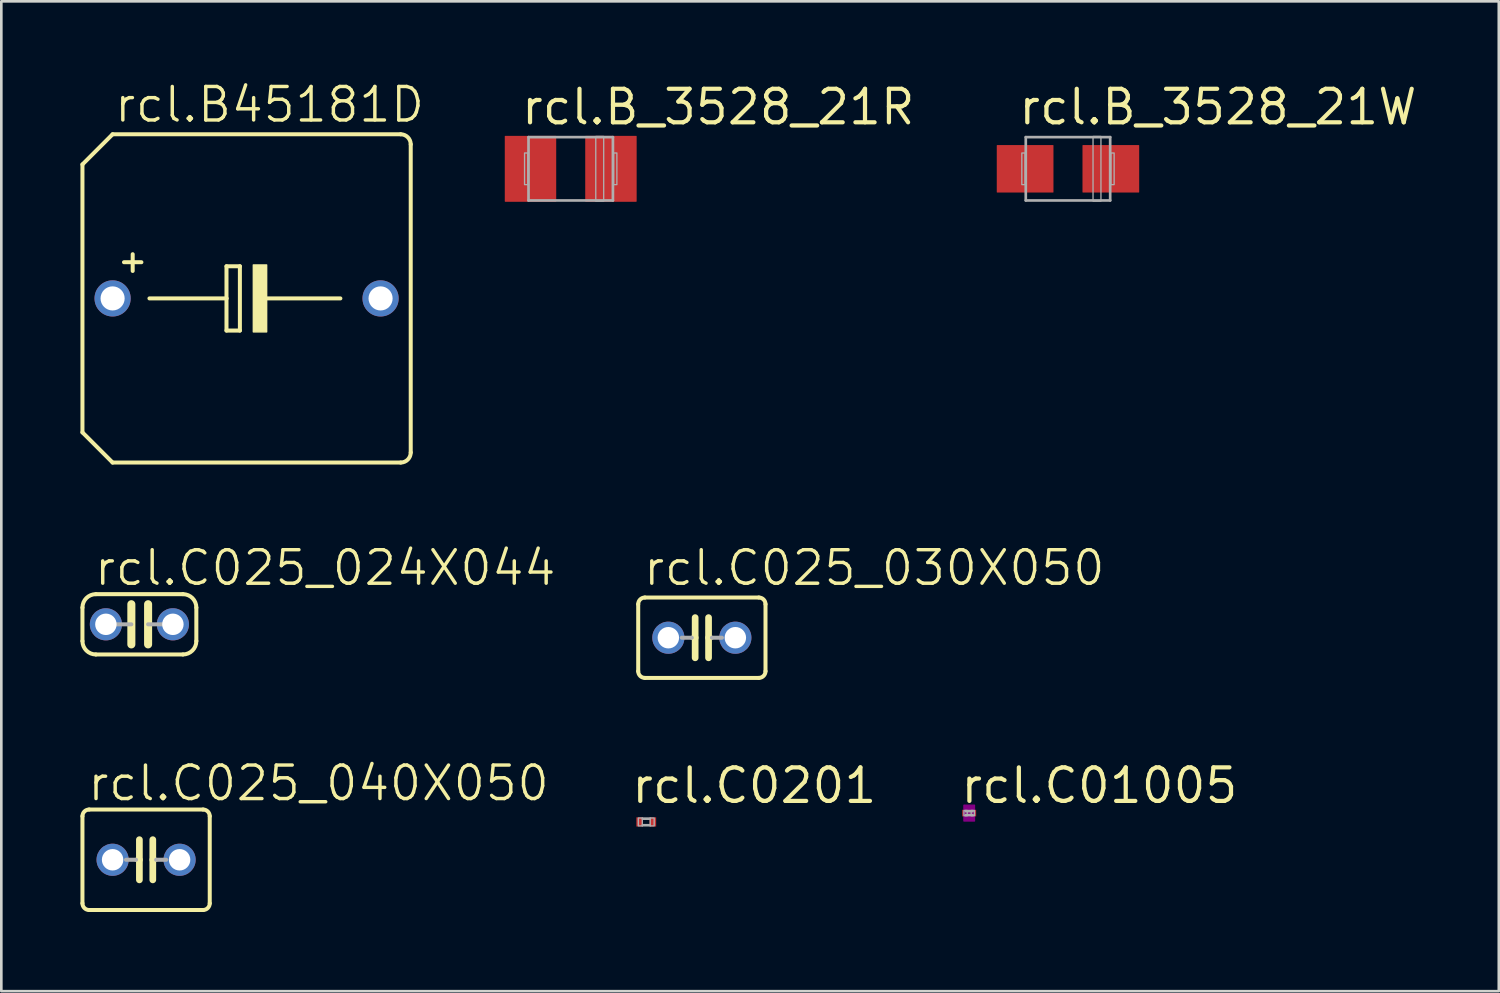
<source format=kicad_pcb>
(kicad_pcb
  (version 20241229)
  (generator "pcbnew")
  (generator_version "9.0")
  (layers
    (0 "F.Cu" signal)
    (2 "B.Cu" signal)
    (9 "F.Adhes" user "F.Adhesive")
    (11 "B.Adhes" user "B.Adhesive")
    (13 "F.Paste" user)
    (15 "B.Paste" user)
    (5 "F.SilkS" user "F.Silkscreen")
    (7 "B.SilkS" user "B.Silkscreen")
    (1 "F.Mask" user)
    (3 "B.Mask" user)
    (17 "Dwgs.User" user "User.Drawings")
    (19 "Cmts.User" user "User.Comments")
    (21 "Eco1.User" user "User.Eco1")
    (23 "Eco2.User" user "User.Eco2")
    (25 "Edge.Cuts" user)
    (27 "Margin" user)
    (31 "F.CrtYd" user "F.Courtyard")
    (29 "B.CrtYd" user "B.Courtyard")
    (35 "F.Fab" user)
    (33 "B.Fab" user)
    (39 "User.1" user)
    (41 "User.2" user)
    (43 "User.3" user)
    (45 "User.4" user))
  (footprint "rcl.C01005"
    (layer "F.Cu")
    (at 33.696 27.778)
    (property "Reference" "rcl.C01005" (at -0.4 -0.3 0) (layer "F.SilkS") (effects (font (size 1.27 1.27) (thickness 0.16)) (justify left bottom)))
    (attr smd)
    (fp_rect (start -0.2 0.3) (end 0.2 -0.3) (stroke (width 0.05) (type default)) (fill yes) (layer "F.Adhes"))
    (fp_rect (start -0.2 0.1) (end -0.075 -0.1) (stroke (width 0.05) (type default)) (fill no) (layer "F.Fab"))
    (fp_rect (start -0.15 -0.05) (end 0.15 -0.1) (stroke (width 0.05) (type default)) (fill no) (layer "F.Fab"))
    (fp_rect (start -0.15 0.1) (end 0.15 0.05) (stroke (width 0.05) (type default)) (fill no) (layer "F.Fab"))
    (fp_rect (start 0.075 0.1) (end 0.2 -0.1) (stroke (width 0.05) (type default)) (fill no) (layer "F.Fab"))
    (pad "1" smd roundrect (at -0.163 0) (size 0.2 0.25) (layers "F.Cu" "F.Mask" "F.Paste") (roundrect_rratio 0.01))
    (pad "2" smd roundrect (at 0.163 0) (size 0.2 0.25) (layers "F.Cu" "F.Mask" "F.Paste") (roundrect_rratio 0.01)))
  (footprint "rcl.B45181D"
    (layer "F.Cu")
    (at 6.299 8.264)
    (property "Reference" "rcl.B45181D" (at -5.08 -6.604 0) (layer "F.SilkS") (effects (font (size 1.27 1.27) (thickness 0.13)) (justify left bottom)))
    (attr through_hole)
    (fp_line (start -6.223 -5.08) (end -6.223 5.08) (stroke (width 0.152) (type default)) (layer "F.SilkS"))
    (fp_line (start -6.223 -5.08) (end -5.08 -6.223) (stroke (width 0.152) (type default)) (layer "F.SilkS"))
    (fp_line (start -5.08 6.223) (end -6.223 5.08) (stroke (width 0.152) (type default)) (layer "F.SilkS"))
    (fp_line (start -5.08 6.223) (end 5.842 6.223) (stroke (width 0.152) (type default)) (layer "F.SilkS"))
    (fp_line (start -4.318 -1.676) (end -4.318 -1.041) (stroke (width 0.152) (type default)) (layer "F.SilkS"))
    (fp_line (start -3.988 -1.372) (end -4.648 -1.372) (stroke (width 0.152) (type default)) (layer "F.SilkS"))
    (fp_line (start -3.683 0) (end -0.762 0) (stroke (width 0.152) (type default)) (layer "F.SilkS"))
    (fp_line (start -0.762 -1.219) (end -0.762 0) (stroke (width 0.152) (type default)) (layer "F.SilkS"))
    (fp_line (start -0.762 0) (end -0.762 1.219) (stroke (width 0.152) (type default)) (layer "F.SilkS"))
    (fp_line (start -0.762 1.219) (end -0.254 1.219) (stroke (width 0.152) (type default)) (layer "F.SilkS"))
    (fp_line (start -0.254 -1.219) (end -0.762 -1.219) (stroke (width 0.152) (type default)) (layer "F.SilkS"))
    (fp_line (start -0.254 1.219) (end -0.254 -1.219) (stroke (width 0.152) (type default)) (layer "F.SilkS"))
    (fp_line (start 0.635 0) (end 3.556 0) (stroke (width 0.152) (type default)) (layer "F.SilkS"))
    (fp_line (start 5.842 -6.223) (end -5.08 -6.223) (stroke (width 0.152) (type default)) (layer "F.SilkS"))
    (fp_line (start 6.223 -5.842) (end 6.223 5.842) (stroke (width 0.152) (type default)) (layer "F.SilkS"))
    (fp_rect (start 0.254 1.27) (end 0.762 -1.27) (stroke (width 0.05) (type default)) (fill yes) (layer "F.SilkS"))
    (fp_arc (start 5.842 -6.223) (mid 6.111408 -6.111408) (end 6.223 -5.842) (stroke (width 0.1524) (type default)) (layer "F.SilkS"))
    (fp_arc (start 6.223 5.842) (mid 6.111408 6.111408) (end 5.842 6.223) (stroke (width 0.1524) (type default)) (layer "F.SilkS"))
    (pad "+" thru_hole circle (at -5.08 0) (size 1.372 1.372) (drill 0.914) (layers "*.Cu" "*.Mask"))
    (pad "-" thru_hole circle (at 5.08 0) (size 1.372 1.372) (drill 0.914) (layers "*.Cu" "*.Mask")))
  (footprint "rcl.C025_040X050"
    (layer "F.Cu")
    (at 2.489 29.547)
    (property "Reference" "rcl.C025_040X050" (at -2.286 -2.159 0) (layer "F.SilkS") (effects (font (size 1.27 1.27) (thickness 0.13)) (justify left bottom)))
    (attr through_hole)
    (fp_line (start -2.413 -1.651) (end -2.413 1.651) (stroke (width 0.152) (type default)) (layer "F.SilkS"))
    (fp_line (start -2.159 -1.905) (end 2.159 -1.905) (stroke (width 0.152) (type default)) (layer "F.SilkS"))
    (fp_line (start -0.254 -0.762) (end -0.254 0) (stroke (width 0.254) (type default)) (layer "F.SilkS"))
    (fp_line (start -0.254 0) (end -0.381 0) (stroke (width 0.152) (type default)) (layer "F.SilkS"))
    (fp_line (start -0.254 0) (end -0.254 0.762) (stroke (width 0.254) (type default)) (layer "F.SilkS"))
    (fp_line (start 0.254 0) (end 0.254 -0.762) (stroke (width 0.254) (type default)) (layer "F.SilkS"))
    (fp_line (start 0.254 0) (end 0.254 0.762) (stroke (width 0.254) (type default)) (layer "F.SilkS"))
    (fp_line (start 0.381 0) (end 0.254 0) (stroke (width 0.152) (type default)) (layer "F.SilkS"))
    (fp_line (start 2.159 1.905) (end -2.159 1.905) (stroke (width 0.152) (type default)) (layer "F.SilkS"))
    (fp_line (start 2.413 -1.651) (end 2.413 1.651) (stroke (width 0.152) (type default)) (layer "F.SilkS"))
    (fp_arc (start -2.413 -1.651) (mid -2.338605 -1.830605) (end -2.159 -1.905) (stroke (width 0.1524) (type default)) (layer "F.SilkS"))
    (fp_arc (start -2.159 1.905) (mid -2.338605 1.830605) (end -2.413 1.651) (stroke (width 0.1524) (type default)) (layer "F.SilkS"))
    (fp_arc (start 2.159 -1.905) (mid 2.338605 -1.830605) (end 2.413 -1.651) (stroke (width 0.1524) (type default)) (layer "F.SilkS"))
    (fp_arc (start 2.413 1.651) (mid 2.338605 1.830605) (end 2.159 1.905) (stroke (width 0.1524) (type default)) (layer "F.SilkS"))
    (fp_line (start -0.381 0) (end -0.762 0) (stroke (width 0.152) (type default)) (layer "F.Fab"))
    (fp_line (start 0.762 0) (end 0.381 0) (stroke (width 0.152) (type default)) (layer "F.Fab"))
    (pad "1" thru_hole circle (at -1.27 0) (size 1.219 1.219) (drill 0.813) (layers "*.Cu" "*.Mask"))
    (pad "2" thru_hole circle (at 1.27 0) (size 1.219 1.219) (drill 0.813) (layers "*.Cu" "*.Mask")))
  (footprint "rcl.C025_024X044"
    (layer "F.Cu")
    (at 2.235 20.62)
    (property "Reference" "rcl.C025_024X044" (at -1.778 -1.397 0) (layer "F.SilkS") (effects (font (size 1.27 1.27) (thickness 0.13)) (justify left bottom)))
    (attr through_hole)
    (fp_line (start -2.159 0.635) (end -2.159 -0.635) (stroke (width 0.152) (type default)) (layer "F.SilkS"))
    (fp_line (start -0.305 -0.762) (end -0.305 0.762) (stroke (width 0.305) (type default)) (layer "F.SilkS"))
    (fp_line (start 0.33 -0.762) (end 0.33 0.762) (stroke (width 0.305) (type default)) (layer "F.SilkS"))
    (fp_line (start 1.651 -1.143) (end -1.651 -1.143) (stroke (width 0.152) (type default)) (layer "F.SilkS"))
    (fp_line (start 1.651 1.143) (end -1.651 1.143) (stroke (width 0.152) (type default)) (layer "F.SilkS"))
    (fp_line (start 2.159 0.635) (end 2.159 -0.635) (stroke (width 0.152) (type default)) (layer "F.SilkS"))
    (fp_arc (start -2.159 -0.635) (mid -2.01021 -0.99421) (end -1.651 -1.143) (stroke (width 0.1524) (type default)) (layer "F.SilkS"))
    (fp_arc (start -1.651 1.143) (mid -2.01021 0.99421) (end -2.159 0.635) (stroke (width 0.1524) (type default)) (layer "F.SilkS"))
    (fp_arc (start 1.651 -1.143) (mid 2.01021 -0.99421) (end 2.159 -0.635) (stroke (width 0.1524) (type default)) (layer "F.SilkS"))
    (fp_arc (start 2.159 0.635) (mid 2.01021 0.99421) (end 1.651 1.143) (stroke (width 0.1524) (type default)) (layer "F.SilkS"))
    (fp_line (start -1.27 0) (end -0.305 0) (stroke (width 0.152) (type default)) (layer "F.Fab"))
    (fp_line (start 1.27 0) (end 0.33 0) (stroke (width 0.152) (type default)) (layer "F.Fab"))
    (pad "1" thru_hole circle (at -1.27 0) (size 1.219 1.219) (drill 0.813) (layers "*.Cu" "*.Mask"))
    (pad "2" thru_hole circle (at 1.27 0) (size 1.219 1.219) (drill 0.813) (layers "*.Cu" "*.Mask")))
  (footprint "rcl.B_3528_21R"
    (layer "F.Cu")
    (at 18.588 3.35)
    (property "Reference" "rcl.B_3528_21R" (at -1.95 -1.6 0) (layer "F.SilkS") (effects (font (size 1.27 1.27) (thickness 0.16)) (justify left bottom)))
    (attr smd)
    (fp_line (start -1.6 -1.2) (end 1.6 -1.2) (stroke (width 0.102) (type default)) (layer "F.Fab"))
    (fp_line (start -1.6 1.2) (end -1.6 -1.2) (stroke (width 0.102) (type default)) (layer "F.Fab"))
    (fp_line (start 1.6 -1.2) (end 1.6 1.2) (stroke (width 0.102) (type default)) (layer "F.Fab"))
    (fp_line (start 1.6 1.2) (end -1.6 1.2) (stroke (width 0.102) (type default)) (layer "F.Fab"))
    (fp_rect (start -1.75 0.6) (end -1.625 -0.6) (stroke (width 0.05) (type default)) (fill no) (layer "F.Fab"))
    (fp_rect (start 0.95 1.225) (end 1.25 -1.225) (stroke (width 0.05) (type default)) (fill no) (layer "F.Fab"))
    (fp_rect (start 1.625 0.6) (end 1.75 -0.6) (stroke (width 0.05) (type default)) (fill no) (layer "F.Fab"))
    (pad "+" smd roundrect (at 1.525 0) (size 1.95 2.5) (layers "F.Cu" "F.Mask" "F.Paste") (roundrect_rratio 0.01))
    (pad "-" smd roundrect (at -1.525 0) (size 1.95 2.5) (layers "F.Cu" "F.Mask" "F.Paste") (roundrect_rratio 0.01)))
  (footprint "rcl.B_3528_21W"
    (layer "F.Cu")
    (at 37.441 3.35)
    (property "Reference" "rcl.B_3528_21W" (at -1.95 -1.6 0) (layer "F.SilkS") (effects (font (size 1.27 1.27) (thickness 0.16)) (justify left bottom)))
    (attr smd)
    (fp_line (start -1.6 -1.2) (end 1.6 -1.2) (stroke (width 0.102) (type default)) (layer "F.Fab"))
    (fp_line (start -1.6 1.2) (end -1.6 -1.2) (stroke (width 0.102) (type default)) (layer "F.Fab"))
    (fp_line (start 1.6 -1.2) (end 1.6 1.2) (stroke (width 0.102) (type default)) (layer "F.Fab"))
    (fp_line (start 1.6 1.2) (end -1.6 1.2) (stroke (width 0.102) (type default)) (layer "F.Fab"))
    (fp_rect (start -1.75 0.6) (end -1.625 -0.6) (stroke (width 0.05) (type default)) (fill no) (layer "F.Fab"))
    (fp_rect (start 0.95 1.225) (end 1.25 -1.225) (stroke (width 0.05) (type default)) (fill no) (layer "F.Fab"))
    (fp_rect (start 1.625 0.6) (end 1.75 -0.6) (stroke (width 0.05) (type default)) (fill no) (layer "F.Fab"))
    (pad "+" smd roundrect (at 1.625 0) (size 2.15 1.8) (layers "F.Cu" "F.Mask" "F.Paste") (roundrect_rratio 0.01))
    (pad "-" smd roundrect (at -1.625 0) (size 2.15 1.8) (layers "F.Cu" "F.Mask" "F.Paste") (roundrect_rratio 0.01)))
  (footprint "rcl.C0201"
    (layer "F.Cu")
    (at 21.452 28.113)
    (property "Reference" "rcl.C0201" (at -0.635 -0.635 0) (layer "F.SilkS") (effects (font (size 1.27 1.27) (thickness 0.16)) (justify left bottom)))
    (attr smd)
    (fp_rect (start -0.3 0.15) (end -0.15 -0.15) (stroke (width 0.05) (type default)) (fill no) (layer "F.Fab"))
    (fp_rect (start -0.15 -0.1) (end 0.15 -0.15) (stroke (width 0.05) (type default)) (fill no) (layer "F.Fab"))
    (fp_rect (start -0.15 0.15) (end 0.15 0.1) (stroke (width 0.05) (type default)) (fill no) (layer "F.Fab"))
    (fp_rect (start 0.15 0.15) (end 0.3 -0.15) (stroke (width 0.05) (type default)) (fill no) (layer "F.Fab"))
    (pad "1" smd roundrect (at -0.25 0) (size 0.25 0.35) (layers "F.Cu" "F.Mask" "F.Paste") (roundrect_rratio 0.01))
    (pad "2" smd roundrect (at 0.25 0) (size 0.25 0.35) (layers "F.Cu" "F.Mask" "F.Paste") (roundrect_rratio 0.01)))
  (footprint "rcl.C025_030X050"
    (layer "F.Cu")
    (at 23.56 21.128)
    (property "Reference" "rcl.C025_030X050" (at -2.286 -1.905 0) (layer "F.SilkS") (effects (font (size 1.27 1.27) (thickness 0.13)) (justify left bottom)))
    (attr through_hole)
    (fp_line (start -2.413 -1.27) (end -2.413 1.27) (stroke (width 0.152) (type default)) (layer "F.SilkS"))
    (fp_line (start -2.159 -1.524) (end 2.159 -1.524) (stroke (width 0.152) (type default)) (layer "F.SilkS"))
    (fp_line (start -0.254 -0.762) (end -0.254 0) (stroke (width 0.254) (type default)) (layer "F.SilkS"))
    (fp_line (start -0.254 0) (end -0.381 0) (stroke (width 0.152) (type default)) (layer "F.SilkS"))
    (fp_line (start -0.254 0) (end -0.254 0.762) (stroke (width 0.254) (type default)) (layer "F.SilkS"))
    (fp_line (start 0.254 0) (end 0.254 -0.762) (stroke (width 0.254) (type default)) (layer "F.SilkS"))
    (fp_line (start 0.254 0) (end 0.254 0.762) (stroke (width 0.254) (type default)) (layer "F.SilkS"))
    (fp_line (start 0.381 0) (end 0.254 0) (stroke (width 0.152) (type default)) (layer "F.SilkS"))
    (fp_line (start 2.159 1.524) (end -2.159 1.524) (stroke (width 0.152) (type default)) (layer "F.SilkS"))
    (fp_line (start 2.413 -1.27) (end 2.413 1.27) (stroke (width 0.152) (type default)) (layer "F.SilkS"))
    (fp_arc (start -2.413 -1.27) (mid -2.338605 -1.449605) (end -2.159 -1.524) (stroke (width 0.1524) (type default)) (layer "F.SilkS"))
    (fp_arc (start -2.159 1.524) (mid -2.338605 1.449605) (end -2.413 1.27) (stroke (width 0.1524) (type default)) (layer "F.SilkS"))
    (fp_arc (start 2.159 -1.524) (mid 2.338605 -1.449605) (end 2.413 -1.27) (stroke (width 0.1524) (type default)) (layer "F.SilkS"))
    (fp_arc (start 2.413 1.27) (mid 2.338605 1.449605) (end 2.159 1.524) (stroke (width 0.1524) (type default)) (layer "F.SilkS"))
    (fp_line (start -0.381 0) (end -0.762 0) (stroke (width 0.152) (type default)) (layer "F.Fab"))
    (fp_line (start 0.762 0) (end 0.381 0) (stroke (width 0.152) (type default)) (layer "F.Fab"))
    (pad "1" thru_hole circle (at -1.27 0) (size 1.219 1.219) (drill 0.813) (layers "*.Cu" "*.Mask"))
    (pad "2" thru_hole circle (at 1.27 0) (size 1.219 1.219) (drill 0.813) (layers "*.Cu" "*.Mask")))
  (gr_rect
    (start -3 -3)
    (end 53.775 34.529)
    (stroke (width 0.1) (type default))
    (fill no)
    (layer "Edge.Cuts")))
</source>
